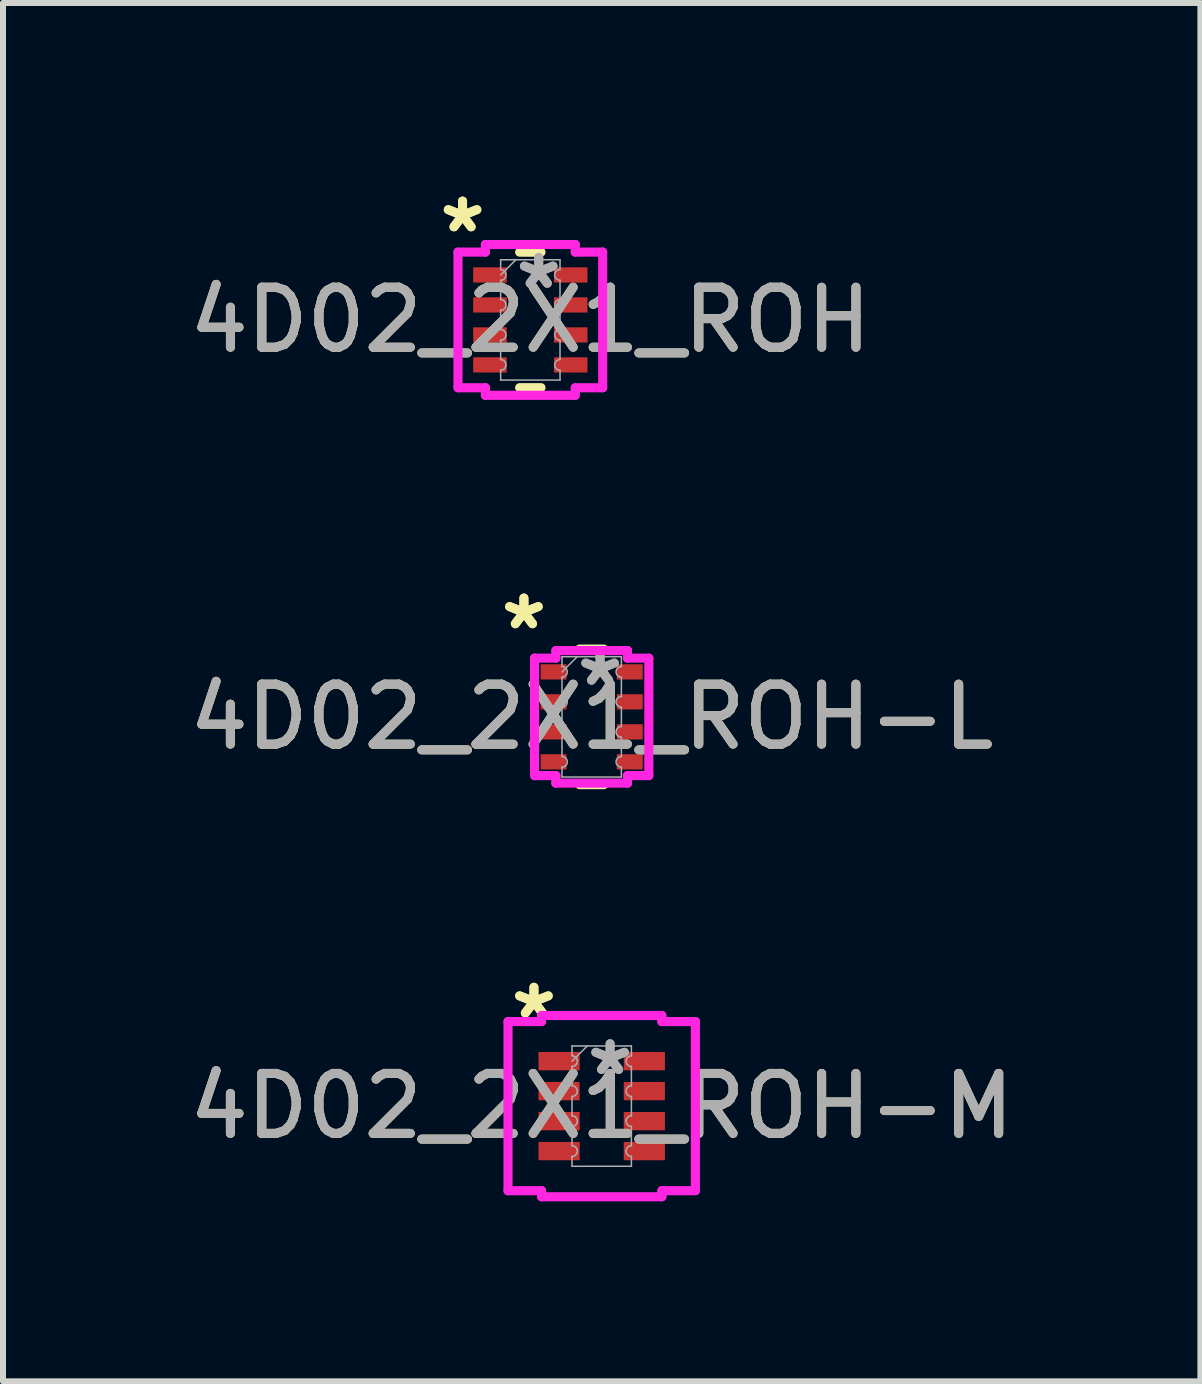
<source format=kicad_pcb>
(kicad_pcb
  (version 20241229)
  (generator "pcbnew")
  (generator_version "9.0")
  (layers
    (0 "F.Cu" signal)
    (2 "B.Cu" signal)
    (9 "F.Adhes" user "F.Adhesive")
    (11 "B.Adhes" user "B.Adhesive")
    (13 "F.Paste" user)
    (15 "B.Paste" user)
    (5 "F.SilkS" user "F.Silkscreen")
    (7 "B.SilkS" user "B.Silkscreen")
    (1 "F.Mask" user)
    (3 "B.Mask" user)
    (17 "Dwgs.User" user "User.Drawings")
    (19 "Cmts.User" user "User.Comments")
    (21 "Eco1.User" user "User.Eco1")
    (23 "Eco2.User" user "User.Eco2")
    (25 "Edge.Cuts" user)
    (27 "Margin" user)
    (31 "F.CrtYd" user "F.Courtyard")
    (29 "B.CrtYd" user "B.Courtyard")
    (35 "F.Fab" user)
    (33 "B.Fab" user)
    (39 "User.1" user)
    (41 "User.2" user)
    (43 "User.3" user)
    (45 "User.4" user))
  (footprint "4D02_2X1_ROH-M"
    (layer "F.Cu")
    (at 6.982 15.392)
    (property "Reference" "4D02_2X1_ROH-M" (at 0 0 0) (unlocked yes) (layer "F.SilkS") (effects (font (size 1 1) (thickness 0.15))))
    (attr smd)
    (fp_line (start -1.562 -1.41) (end -1.003 -1.41) (stroke (width 0.152) (type solid)) (layer "F.CrtYd"))
    (fp_line (start -1.562 1.41) (end -1.562 -1.41) (stroke (width 0.152) (type solid)) (layer "F.CrtYd"))
    (fp_line (start -1.562 1.41) (end -1.003 1.41) (stroke (width 0.152) (type solid)) (layer "F.CrtYd"))
    (fp_line (start -1.003 -1.511) (end 1.003 -1.511) (stroke (width 0.152) (type solid)) (layer "F.CrtYd"))
    (fp_line (start -1.003 -1.41) (end -1.003 -1.511) (stroke (width 0.152) (type solid)) (layer "F.CrtYd"))
    (fp_line (start -1.003 1.511) (end -1.003 1.41) (stroke (width 0.152) (type solid)) (layer "F.CrtYd"))
    (fp_line (start 1.003 -1.511) (end 1.003 -1.41) (stroke (width 0.152) (type solid)) (layer "F.CrtYd"))
    (fp_line (start 1.003 1.41) (end 1.003 1.511) (stroke (width 0.152) (type solid)) (layer "F.CrtYd"))
    (fp_line (start 1.003 1.511) (end -1.003 1.511) (stroke (width 0.152) (type solid)) (layer "F.CrtYd"))
    (fp_line (start 1.562 -1.41) (end 1.003 -1.41) (stroke (width 0.152) (type solid)) (layer "F.CrtYd"))
    (fp_line (start 1.562 -1.41) (end 1.562 1.41) (stroke (width 0.152) (type solid)) (layer "F.CrtYd"))
    (fp_line (start 1.562 1.41) (end 1.003 1.41) (stroke (width 0.152) (type solid)) (layer "F.CrtYd"))
    (fp_line (start -0.495 -1.003) (end 0.495 -1.003) (stroke (width 0.025) (type solid)) (layer "F.Fab"))
    (fp_line (start -0.495 -0.839) (end -0.495 -1.003) (stroke (width 0.025) (type solid)) (layer "F.Fab"))
    (fp_line (start -0.495 -0.661) (end -0.495 -0.339) (stroke (width 0.025) (type solid)) (layer "F.Fab"))
    (fp_line (start -0.495 -0.161) (end -0.495 0.161) (stroke (width 0.025) (type solid)) (layer "F.Fab"))
    (fp_line (start -0.495 0.339) (end -0.495 0.661) (stroke (width 0.025) (type solid)) (layer "F.Fab"))
    (fp_line (start -0.495 0.839) (end -0.495 1.003) (stroke (width 0.025) (type solid)) (layer "F.Fab"))
    (fp_line (start -0.495 1.003) (end 0.495 1.003) (stroke (width 0.025) (type solid)) (layer "F.Fab"))
    (fp_line (start -0.241 -1.003) (end -0.495 -0.749) (stroke (width 0.025) (type solid)) (layer "F.Fab"))
    (fp_line (start 0.495 -0.839) (end 0.495 -1.003) (stroke (width 0.025) (type solid)) (layer "F.Fab"))
    (fp_line (start 0.495 -0.661) (end 0.495 -0.339) (stroke (width 0.025) (type solid)) (layer "F.Fab"))
    (fp_line (start 0.495 -0.161) (end 0.495 0.161) (stroke (width 0.025) (type solid)) (layer "F.Fab"))
    (fp_line (start 0.495 0.339) (end 0.495 0.661) (stroke (width 0.025) (type solid)) (layer "F.Fab"))
    (fp_line (start 0.495 0.839) (end 0.495 1.003) (stroke (width 0.025) (type solid)) (layer "F.Fab"))
    (fp_arc (start -0.4953 -0.838901) (mid -0.4064 -0.750001) (end -0.4953 -0.661101) (stroke (width 0.0254) (type solid)) (layer "F.Fab"))
    (fp_arc (start -0.4953 -0.338899) (mid -0.4064 -0.25) (end -0.4953 -0.161099) (stroke (width 0.0254) (type solid)) (layer "F.Fab"))
    (fp_arc (start -0.4953 0.161099) (mid -0.4064 0.249999) (end -0.4953 0.338899) (stroke (width 0.0254) (type solid)) (layer "F.Fab"))
    (fp_arc (start -0.4953 0.661101) (mid -0.4064 0.750001) (end -0.4953 0.838901) (stroke (width 0.0254) (type solid)) (layer "F.Fab"))
    (fp_arc (start 0.4953 -0.661101) (mid 0.4064 -0.750001) (end 0.4953 -0.838901) (stroke (width 0.0254) (type solid)) (layer "F.Fab"))
    (fp_arc (start 0.4953 -0.161099) (mid 0.4064 -0.249999) (end 0.4953 -0.338899) (stroke (width 0.0254) (type solid)) (layer "F.Fab"))
    (fp_arc (start 0.4953 0.338899) (mid 0.4064 0.25) (end 0.4953 0.161099) (stroke (width 0.0254) (type solid)) (layer "F.Fab"))
    (fp_arc (start 0.4953 0.838901) (mid 0.4064 0.750001) (end 0.4953 0.661101) (stroke (width 0.0254) (type solid)) (layer "F.Fab"))
    (fp_text user "*" (at -1.13 -1.436 0) (layer "F.SilkS") (effects (font (size 1 1) (thickness 0.15))))
    (fp_text user "*" (at -1.13 -1.436 0) (unlocked yes) (layer "F.SilkS") (effects (font (size 1 1) (thickness 0.15))))
    (fp_text user "${REFERENCE}" (at 0 0 0) (unlocked yes) (layer "F.Fab") (effects (font (size 1 1) (thickness 0.15))))
    (fp_text user "*" (at 0.14 -0.495 0) (unlocked yes) (layer "F.Fab") (effects (font (size 1 1) (thickness 0.15))))
    (fp_text user "*" (at 0.14 -0.495 0) (layer "F.Fab") (effects (font (size 1 1) (thickness 0.15))))
    (pad "1" smd rect (at -0.711 -0.75) (size 0.686 0.305) (layers "F.Cu" "F.Mask" "F.Paste"))
    (pad "2" smd rect (at -0.711 -0.25) (size 0.686 0.305) (layers "F.Cu" "F.Mask" "F.Paste"))
    (pad "3" smd rect (at -0.711 0.25) (size 0.686 0.305) (layers "F.Cu" "F.Mask" "F.Paste"))
    (pad "4" smd rect (at -0.711 0.75) (size 0.686 0.305) (layers "F.Cu" "F.Mask" "F.Paste"))
    (pad "5" smd rect (at 0.711 0.75) (size 0.686 0.305) (layers "F.Cu" "F.Mask" "F.Paste"))
    (pad "6" smd rect (at 0.711 0.25) (size 0.686 0.305) (layers "F.Cu" "F.Mask" "F.Paste"))
    (pad "7" smd rect (at 0.711 -0.25) (size 0.686 0.305) (layers "F.Cu" "F.Mask" "F.Paste"))
    (pad "8" smd rect (at 0.711 -0.75) (size 0.686 0.305) (layers "F.Cu" "F.Mask" "F.Paste")))
  (footprint "4D02_2X1_ROH-L"
    (layer "F.Cu")
    (at 6.815 8.902)
    (property "Reference" "4D02_2X1_ROH-L" (at 0 0 0) (unlocked yes) (layer "F.SilkS") (effects (font (size 1 1) (thickness 0.15))))
    (attr smd)
    (fp_line (start -0.203 -1.13) (end 0.203 -1.13) (stroke (width 0.152) (type solid)) (layer "F.SilkS"))
    (fp_line (start -0.203 1.13) (end 0.203 1.13) (stroke (width 0.152) (type solid)) (layer "F.SilkS"))
    (fp_line (start -0.953 -0.979) (end -0.597 -0.979) (stroke (width 0.152) (type solid)) (layer "F.CrtYd"))
    (fp_line (start -0.953 0.979) (end -0.953 -0.979) (stroke (width 0.152) (type solid)) (layer "F.CrtYd"))
    (fp_line (start -0.953 0.979) (end -0.597 0.979) (stroke (width 0.152) (type solid)) (layer "F.CrtYd"))
    (fp_line (start -0.597 -1.105) (end 0.597 -1.105) (stroke (width 0.152) (type solid)) (layer "F.CrtYd"))
    (fp_line (start -0.597 -0.979) (end -0.597 -1.105) (stroke (width 0.152) (type solid)) (layer "F.CrtYd"))
    (fp_line (start -0.597 1.105) (end -0.597 0.979) (stroke (width 0.152) (type solid)) (layer "F.CrtYd"))
    (fp_line (start 0.597 -1.105) (end 0.597 -0.979) (stroke (width 0.152) (type solid)) (layer "F.CrtYd"))
    (fp_line (start 0.597 0.979) (end 0.597 1.105) (stroke (width 0.152) (type solid)) (layer "F.CrtYd"))
    (fp_line (start 0.597 1.105) (end -0.597 1.105) (stroke (width 0.152) (type solid)) (layer "F.CrtYd"))
    (fp_line (start 0.953 -0.979) (end 0.597 -0.979) (stroke (width 0.152) (type solid)) (layer "F.CrtYd"))
    (fp_line (start 0.953 -0.979) (end 0.953 0.979) (stroke (width 0.152) (type solid)) (layer "F.CrtYd"))
    (fp_line (start 0.953 0.979) (end 0.597 0.979) (stroke (width 0.152) (type solid)) (layer "F.CrtYd"))
    (fp_line (start -0.495 -1.003) (end 0.495 -1.003) (stroke (width 0.025) (type solid)) (layer "F.Fab"))
    (fp_line (start -0.495 -0.839) (end -0.495 -1.003) (stroke (width 0.025) (type solid)) (layer "F.Fab"))
    (fp_line (start -0.495 -0.661) (end -0.495 -0.339) (stroke (width 0.025) (type solid)) (layer "F.Fab"))
    (fp_line (start -0.495 -0.161) (end -0.495 0.161) (stroke (width 0.025) (type solid)) (layer "F.Fab"))
    (fp_line (start -0.495 0.339) (end -0.495 0.661) (stroke (width 0.025) (type solid)) (layer "F.Fab"))
    (fp_line (start -0.495 0.839) (end -0.495 1.003) (stroke (width 0.025) (type solid)) (layer "F.Fab"))
    (fp_line (start -0.495 1.003) (end 0.495 1.003) (stroke (width 0.025) (type solid)) (layer "F.Fab"))
    (fp_line (start -0.241 -1.003) (end -0.495 -0.749) (stroke (width 0.025) (type solid)) (layer "F.Fab"))
    (fp_line (start 0.495 -0.839) (end 0.495 -1.003) (stroke (width 0.025) (type solid)) (layer "F.Fab"))
    (fp_line (start 0.495 -0.661) (end 0.495 -0.339) (stroke (width 0.025) (type solid)) (layer "F.Fab"))
    (fp_line (start 0.495 -0.161) (end 0.495 0.161) (stroke (width 0.025) (type solid)) (layer "F.Fab"))
    (fp_line (start 0.495 0.339) (end 0.495 0.661) (stroke (width 0.025) (type solid)) (layer "F.Fab"))
    (fp_line (start 0.495 0.839) (end 0.495 1.003) (stroke (width 0.025) (type solid)) (layer "F.Fab"))
    (fp_arc (start -0.4953 -0.838901) (mid -0.4064 -0.750001) (end -0.4953 -0.661101) (stroke (width 0.0254) (type solid)) (layer "F.Fab"))
    (fp_arc (start -0.4953 -0.338899) (mid -0.4064 -0.25) (end -0.4953 -0.161099) (stroke (width 0.0254) (type solid)) (layer "F.Fab"))
    (fp_arc (start -0.4953 0.161099) (mid -0.4064 0.249999) (end -0.4953 0.338899) (stroke (width 0.0254) (type solid)) (layer "F.Fab"))
    (fp_arc (start -0.4953 0.661101) (mid -0.4064 0.750001) (end -0.4953 0.838901) (stroke (width 0.0254) (type solid)) (layer "F.Fab"))
    (fp_arc (start 0.4953 -0.661101) (mid 0.4064 -0.750001) (end 0.4953 -0.838901) (stroke (width 0.0254) (type solid)) (layer "F.Fab"))
    (fp_arc (start 0.4953 -0.161099) (mid 0.4064 -0.249999) (end 0.4953 -0.338899) (stroke (width 0.0254) (type solid)) (layer "F.Fab"))
    (fp_arc (start 0.4953 0.338899) (mid 0.4064 0.25) (end 0.4953 0.161099) (stroke (width 0.0254) (type solid)) (layer "F.Fab"))
    (fp_arc (start 0.4953 0.838901) (mid 0.4064 0.750001) (end 0.4953 0.661101) (stroke (width 0.0254) (type solid)) (layer "F.Fab"))
    (fp_text user "*" (at -1.13 -1.436 0) (layer "F.SilkS") (effects (font (size 1 1) (thickness 0.15))))
    (fp_text user "*" (at -1.13 -1.436 0) (unlocked yes) (layer "F.SilkS") (effects (font (size 1 1) (thickness 0.15))))
    (fp_text user "*" (at 0.14 -0.495 0) (unlocked yes) (layer "F.Fab") (effects (font (size 1 1) (thickness 0.15))))
    (fp_text user "*" (at 0.14 -0.495 0) (layer "F.Fab") (effects (font (size 1 1) (thickness 0.15))))
    (fp_text user "${REFERENCE}" (at 0 0 0) (unlocked yes) (layer "F.Fab") (effects (font (size 1 1) (thickness 0.15))))
    (pad "1" smd rect (at -0.635 -0.75) (size 0.432 0.254) (layers "F.Cu" "F.Mask" "F.Paste"))
    (pad "2" smd rect (at -0.635 -0.25) (size 0.432 0.254) (layers "F.Cu" "F.Mask" "F.Paste"))
    (pad "3" smd rect (at -0.635 0.25) (size 0.432 0.254) (layers "F.Cu" "F.Mask" "F.Paste"))
    (pad "4" smd rect (at -0.635 0.75) (size 0.432 0.254) (layers "F.Cu" "F.Mask" "F.Paste"))
    (pad "5" smd rect (at 0.635 0.75) (size 0.432 0.254) (layers "F.Cu" "F.Mask" "F.Paste"))
    (pad "6" smd rect (at 0.635 0.25) (size 0.432 0.254) (layers "F.Cu" "F.Mask" "F.Paste"))
    (pad "7" smd rect (at 0.635 -0.25) (size 0.432 0.254) (layers "F.Cu" "F.Mask" "F.Paste"))
    (pad "8" smd rect (at 0.635 -0.75) (size 0.432 0.254) (layers "F.Cu" "F.Mask" "F.Paste")))
  (footprint "4D02_2X1_ROH"
    (layer "F.Cu")
    (at 5.792 2.284)
    (property "Reference" "4D02_2X1_ROH" (at 0 0 0) (unlocked yes) (layer "F.SilkS") (effects (font (size 1 1) (thickness 0.15))))
    (attr smd)
    (fp_line (start -0.178 -1.13) (end 0.178 -1.13) (stroke (width 0.152) (type solid)) (layer "F.SilkS"))
    (fp_line (start -0.178 1.13) (end 0.178 1.13) (stroke (width 0.152) (type solid)) (layer "F.SilkS"))
    (fp_line (start -1.206 -1.131) (end -0.749 -1.131) (stroke (width 0.152) (type solid)) (layer "F.CrtYd"))
    (fp_line (start -1.206 1.131) (end -1.206 -1.131) (stroke (width 0.152) (type solid)) (layer "F.CrtYd"))
    (fp_line (start -1.206 1.131) (end -0.749 1.131) (stroke (width 0.152) (type solid)) (layer "F.CrtYd"))
    (fp_line (start -0.749 -1.257) (end 0.749 -1.257) (stroke (width 0.152) (type solid)) (layer "F.CrtYd"))
    (fp_line (start -0.749 -1.131) (end -0.749 -1.257) (stroke (width 0.152) (type solid)) (layer "F.CrtYd"))
    (fp_line (start -0.749 1.257) (end -0.749 1.131) (stroke (width 0.152) (type solid)) (layer "F.CrtYd"))
    (fp_line (start 0.749 -1.257) (end 0.749 -1.131) (stroke (width 0.152) (type solid)) (layer "F.CrtYd"))
    (fp_line (start 0.749 1.131) (end 0.749 1.257) (stroke (width 0.152) (type solid)) (layer "F.CrtYd"))
    (fp_line (start 0.749 1.257) (end -0.749 1.257) (stroke (width 0.152) (type solid)) (layer "F.CrtYd"))
    (fp_line (start 1.206 -1.131) (end 0.749 -1.131) (stroke (width 0.152) (type solid)) (layer "F.CrtYd"))
    (fp_line (start 1.206 -1.131) (end 1.206 1.131) (stroke (width 0.152) (type solid)) (layer "F.CrtYd"))
    (fp_line (start 1.206 1.131) (end 0.749 1.131) (stroke (width 0.152) (type solid)) (layer "F.CrtYd"))
    (fp_line (start -0.495 -1.003) (end 0.495 -1.003) (stroke (width 0.025) (type solid)) (layer "F.Fab"))
    (fp_line (start -0.495 -0.839) (end -0.495 -1.003) (stroke (width 0.025) (type solid)) (layer "F.Fab"))
    (fp_line (start -0.495 -0.661) (end -0.495 -0.339) (stroke (width 0.025) (type solid)) (layer "F.Fab"))
    (fp_line (start -0.495 -0.161) (end -0.495 0.161) (stroke (width 0.025) (type solid)) (layer "F.Fab"))
    (fp_line (start -0.495 0.339) (end -0.495 0.661) (stroke (width 0.025) (type solid)) (layer "F.Fab"))
    (fp_line (start -0.495 0.839) (end -0.495 1.003) (stroke (width 0.025) (type solid)) (layer "F.Fab"))
    (fp_line (start -0.495 1.003) (end 0.495 1.003) (stroke (width 0.025) (type solid)) (layer "F.Fab"))
    (fp_line (start -0.241 -1.003) (end -0.495 -0.749) (stroke (width 0.025) (type solid)) (layer "F.Fab"))
    (fp_line (start 0.495 -0.839) (end 0.495 -1.003) (stroke (width 0.025) (type solid)) (layer "F.Fab"))
    (fp_line (start 0.495 -0.661) (end 0.495 -0.339) (stroke (width 0.025) (type solid)) (layer "F.Fab"))
    (fp_line (start 0.495 -0.161) (end 0.495 0.161) (stroke (width 0.025) (type solid)) (layer "F.Fab"))
    (fp_line (start 0.495 0.339) (end 0.495 0.661) (stroke (width 0.025) (type solid)) (layer "F.Fab"))
    (fp_line (start 0.495 0.839) (end 0.495 1.003) (stroke (width 0.025) (type solid)) (layer "F.Fab"))
    (fp_arc (start -0.4953 -0.838901) (mid -0.4064 -0.750001) (end -0.4953 -0.661101) (stroke (width 0.0254) (type solid)) (layer "F.Fab"))
    (fp_arc (start -0.4953 -0.338899) (mid -0.4064 -0.25) (end -0.4953 -0.161099) (stroke (width 0.0254) (type solid)) (layer "F.Fab"))
    (fp_arc (start -0.4953 0.161099) (mid -0.4064 0.249999) (end -0.4953 0.338899) (stroke (width 0.0254) (type solid)) (layer "F.Fab"))
    (fp_arc (start -0.4953 0.661101) (mid -0.4064 0.750001) (end -0.4953 0.838901) (stroke (width 0.0254) (type solid)) (layer "F.Fab"))
    (fp_arc (start 0.4953 -0.661101) (mid 0.4064 -0.750001) (end 0.4953 -0.838901) (stroke (width 0.0254) (type solid)) (layer "F.Fab"))
    (fp_arc (start 0.4953 -0.161099) (mid 0.4064 -0.249999) (end 0.4953 -0.338899) (stroke (width 0.0254) (type solid)) (layer "F.Fab"))
    (fp_arc (start 0.4953 0.338899) (mid 0.4064 0.25) (end 0.4953 0.161099) (stroke (width 0.0254) (type solid)) (layer "F.Fab"))
    (fp_arc (start 0.4953 0.838901) (mid 0.4064 0.750001) (end 0.4953 0.661101) (stroke (width 0.0254) (type solid)) (layer "F.Fab"))
    (fp_text user "*" (at -1.13 -1.436 0) (unlocked yes) (layer "F.SilkS") (effects (font (size 1 1) (thickness 0.15))))
    (fp_text user "*" (at -1.13 -1.436 0) (layer "F.SilkS") (effects (font (size 1 1) (thickness 0.15))))
    (fp_text user "${REFERENCE}" (at 0 0 0) (unlocked yes) (layer "F.Fab") (effects (font (size 1 1) (thickness 0.15))))
    (fp_text user "*" (at 0.14 -0.495 0) (layer "F.Fab") (effects (font (size 1 1) (thickness 0.15))))
    (fp_text user "*" (at 0.14 -0.495 0) (unlocked yes) (layer "F.Fab") (effects (font (size 1 1) (thickness 0.15))))
    (pad "1" smd rect (at -0.673 -0.75) (size 0.559 0.254) (layers "F.Cu" "F.Mask" "F.Paste"))
    (pad "2" smd rect (at -0.673 -0.25) (size 0.559 0.254) (layers "F.Cu" "F.Mask" "F.Paste"))
    (pad "3" smd rect (at -0.673 0.25) (size 0.559 0.254) (layers "F.Cu" "F.Mask" "F.Paste"))
    (pad "4" smd rect (at -0.673 0.75) (size 0.559 0.254) (layers "F.Cu" "F.Mask" "F.Paste"))
    (pad "5" smd rect (at 0.673 0.75) (size 0.559 0.254) (layers "F.Cu" "F.Mask" "F.Paste"))
    (pad "6" smd rect (at 0.673 0.25) (size 0.559 0.254) (layers "F.Cu" "F.Mask" "F.Paste"))
    (pad "7" smd rect (at 0.673 -0.25) (size 0.559 0.254) (layers "F.Cu" "F.Mask" "F.Paste"))
    (pad "8" smd rect (at 0.673 -0.75) (size 0.559 0.254) (layers "F.Cu" "F.Mask" "F.Paste")))
  (gr_rect
    (start -3 -3)
    (end 16.964 19.98)
    (stroke (width 0.1) (type default))
    (fill no)
    (layer "Edge.Cuts")))
</source>
